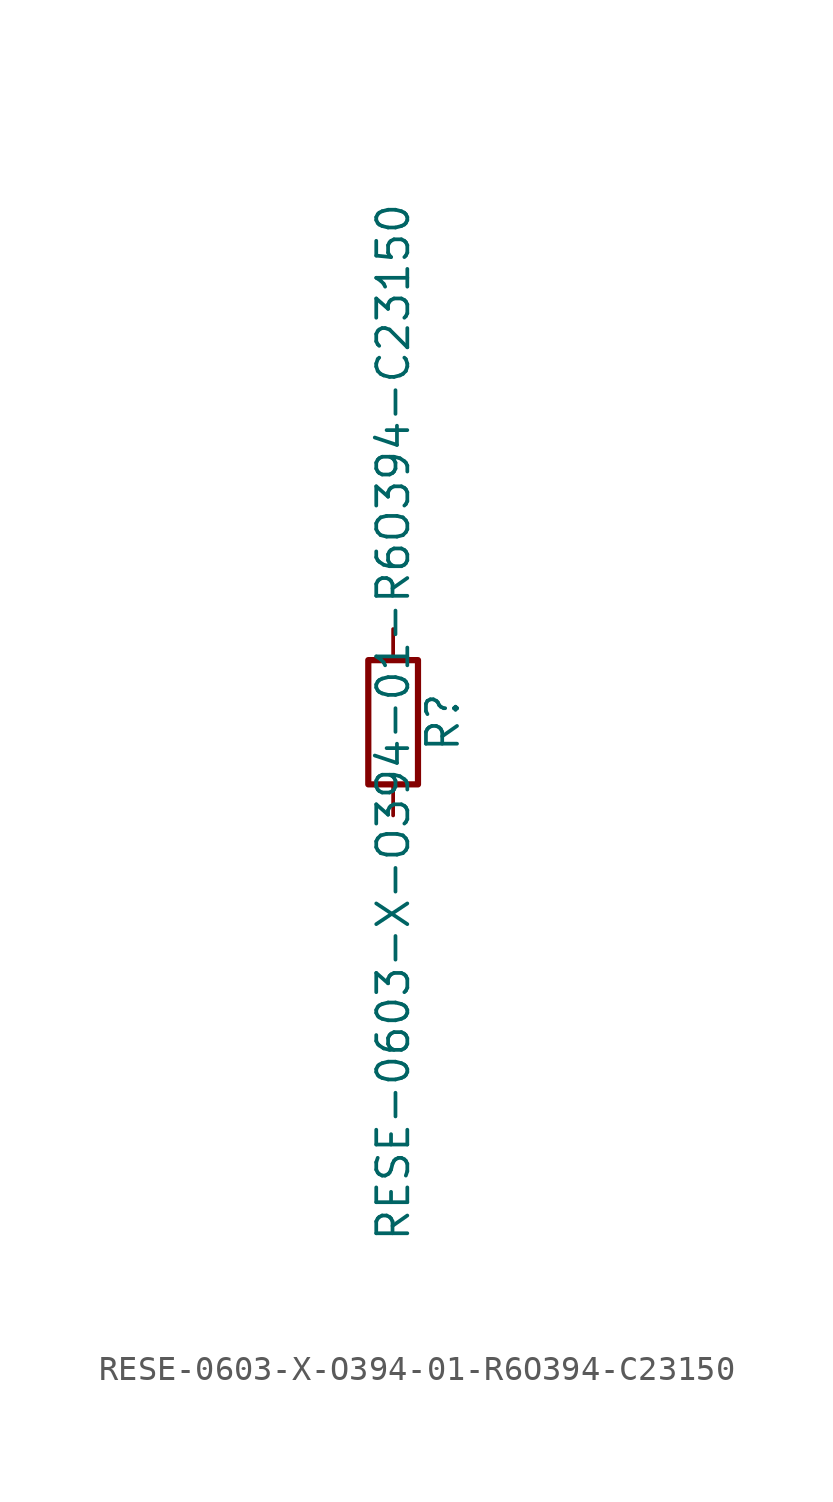
<source format=kicad_sym>
(kicad_symbol_lib
  (version 20211014)
  (generator kicad_symbol_editor)
  (symbol "RESE-0603-X-O394-01-R6O394-C23150"
    (pin_numbers hide)
    (pin_names
      (offset 0))
    (property "Reference" "R"
      (at 2.032 0 90)
      (effects (font (size 1.27 1.27))))
    (property "Value" "RESE-0603-X-O394-01-R6O394-C23150"
      (at 0 0 90)
      (effects (font (size 1.27 1.27))))
    (symbol "RESE-0603-X-O394-01-R6O394-C23150_0_1"
      (rectangle (start -1.016 -2.54) (end 1.016 2.54) (stroke (width 0.254) (type default) (color 0 0 0 0)) (fill (type none))))
    (symbol "RESE-0603-X-O394-01-R6O394-C23150_1_1"
      (pin passive line (at 0 3.81 270) (length 1.27) (name "~" (effects (font (size 1.27 1.27)))) (number "1" (effects (font (size 1.27 1.27)))))
      (pin passive line (at 0 -3.81 90) (length 1.27) (name "~" (effects (font (size 1.27 1.27)))) (number "2" (effects (font (size 1.27 1.27))))))))
</source>
